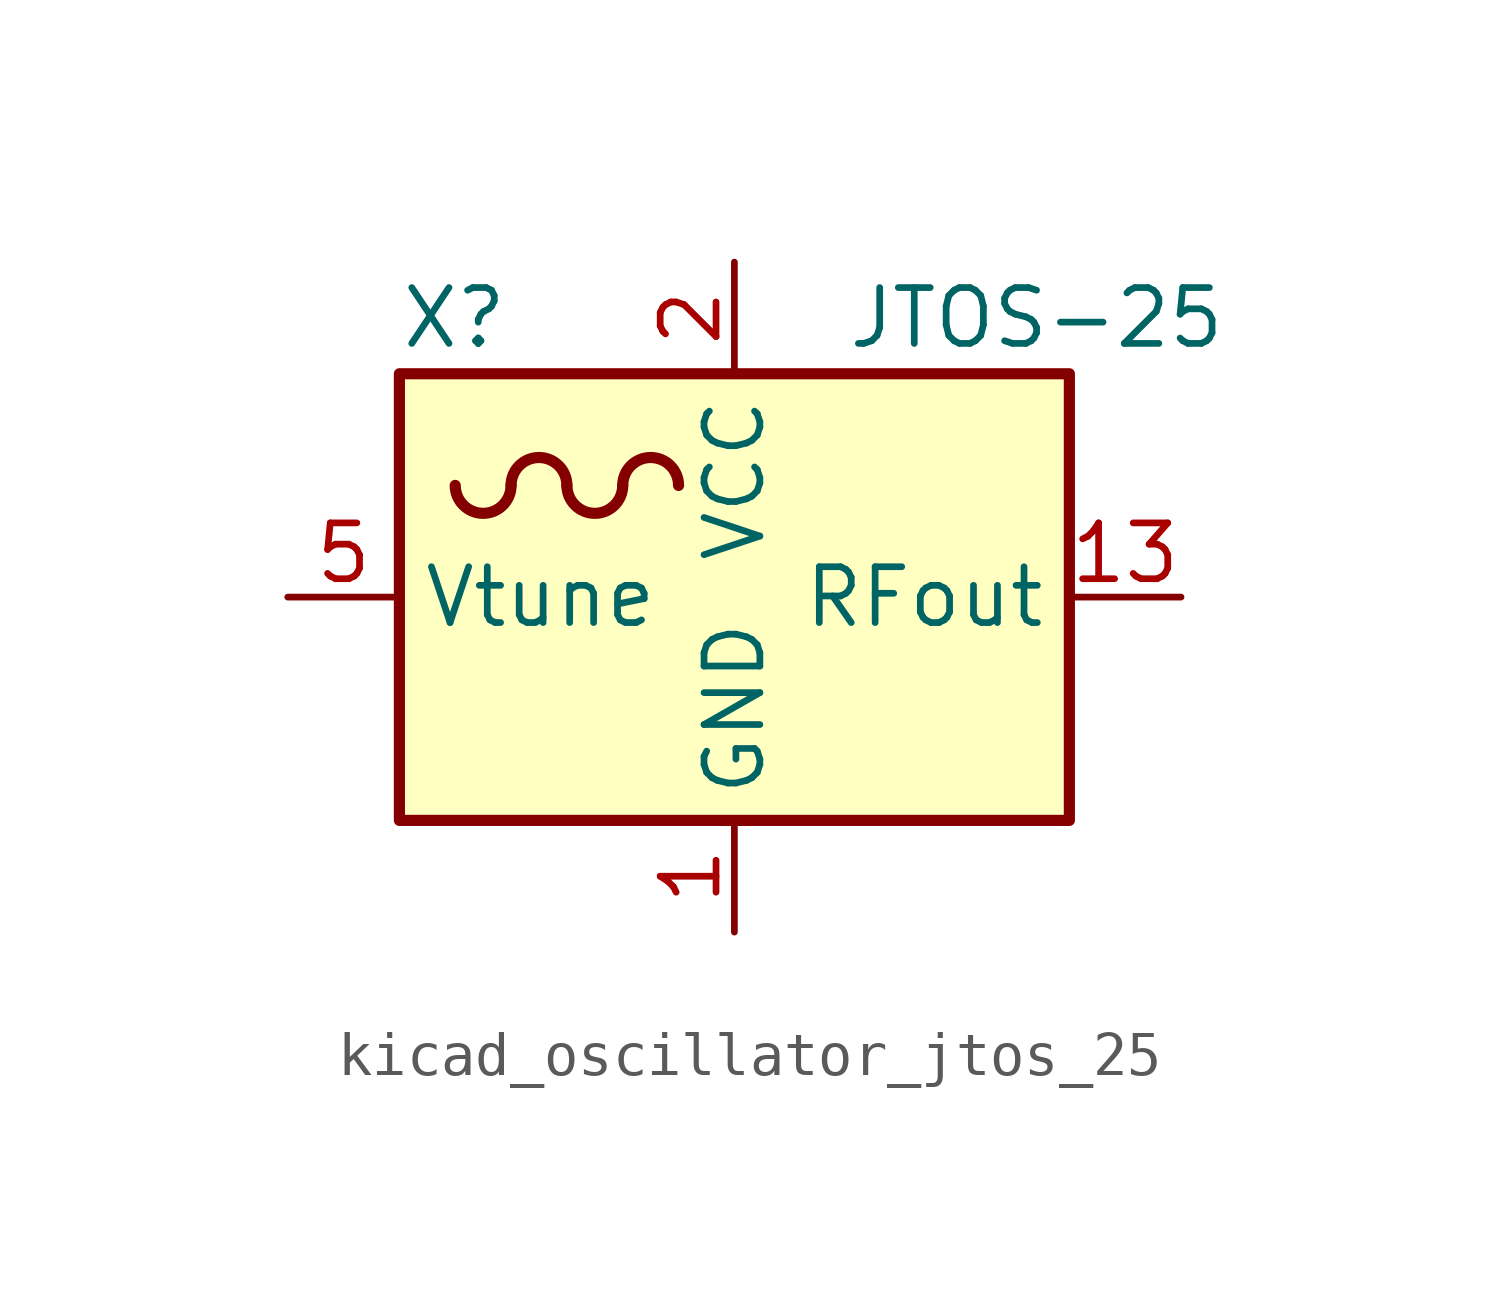
<source format=kicad_sym>
(kicad_symbol_lib
  (version 20220914)
  (generator kicad_symbol_editor)
  (symbol "kicad_oscillator_jtos_25"
    (property "Reference" "X"
      (at -7.62 6.35 0)
      (effects (font (size 1.27 1.27)) (justify left)))
    (property "Value" "JTOS-25"
      (at 2.54 6.35 0)
      (effects (font (size 1.27 1.27)) (justify left)))
    (symbol "kicad_oscillator_jtos_25_0_1"
      (rectangle (start -7.62 5.08) (end 7.62 -5.08) (stroke (width 0.254) (type default)) (fill (type background)))
      (arc (start -6.35 2.54) (mid -5.715 1.9077) (end -5.08 2.54) (stroke (width 0.254) (type default)) (fill (type none)))
      (arc (start -3.81 2.54) (mid -4.445 3.1723) (end -5.08 2.54) (stroke (width 0.254) (type default)) (fill (type none)))
      (arc (start -3.81 2.54) (mid -3.175 1.9077) (end -2.54 2.54) (stroke (width 0.254) (type default)) (fill (type none)))
      (arc (start -1.27 2.54) (mid -1.905 3.1723) (end -2.54 2.54) (stroke (width 0.254) (type default)) (fill (type none))))
    (symbol "kicad_oscillator_jtos_25_1_1"
      (pin power_in line (at 0 -7.62 90) (length 2.54) (name "GND" (effects (font (size 1.27 1.27)))) (number "1" (effects (font (size 1.27 1.27)))))
      (pin passive line (at 0 -7.62 90) (length 2.54) hide (name "GND" (effects (font (size 1.27 1.27)))) (number "10" (effects (font (size 1.27 1.27)))))
      (pin passive line (at 0 -7.62 90) (length 2.54) hide (name "GND" (effects (font (size 1.27 1.27)))) (number "11" (effects (font (size 1.27 1.27)))))
      (pin passive line (at 0 -7.62 90) (length 2.54) hide (name "GND" (effects (font (size 1.27 1.27)))) (number "12" (effects (font (size 1.27 1.27)))))
      (pin output line (at 10.16 0 180) (length 2.54) (name "RFout" (effects (font (size 1.27 1.27)))) (number "13" (effects (font (size 1.27 1.27)))))
      (pin passive line (at 0 -7.62 90) (length 2.54) hide (name "GND" (effects (font (size 1.27 1.27)))) (number "14" (effects (font (size 1.27 1.27)))))
      (pin power_in line (at 0 7.62 270) (length 2.54) (name "VCC" (effects (font (size 1.27 1.27)))) (number "2" (effects (font (size 1.27 1.27)))))
      (pin passive line (at 0 -7.62 90) (length 2.54) hide (name "GND" (effects (font (size 1.27 1.27)))) (number "3" (effects (font (size 1.27 1.27)))))
      (pin passive line (at 0 -7.62 90) (length 2.54) hide (name "GND" (effects (font (size 1.27 1.27)))) (number "4" (effects (font (size 1.27 1.27)))))
      (pin input line (at -10.16 0 0) (length 2.54) (name "Vtune" (effects (font (size 1.27 1.27)))) (number "5" (effects (font (size 1.27 1.27)))))
      (pin passive line (at 0 -7.62 90) (length 2.54) hide (name "GND" (effects (font (size 1.27 1.27)))) (number "6" (effects (font (size 1.27 1.27)))))
      (pin passive line (at 0 -7.62 90) (length 2.54) hide (name "GND" (effects (font (size 1.27 1.27)))) (number "7" (effects (font (size 1.27 1.27)))))
      (pin passive line (at 0 -7.62 90) (length 2.54) hide (name "GND" (effects (font (size 1.27 1.27)))) (number "8" (effects (font (size 1.27 1.27)))))
      (pin passive line (at 0 -7.62 90) (length 2.54) hide (name "GND" (effects (font (size 1.27 1.27)))) (number "9" (effects (font (size 1.27 1.27))))))))
</source>
